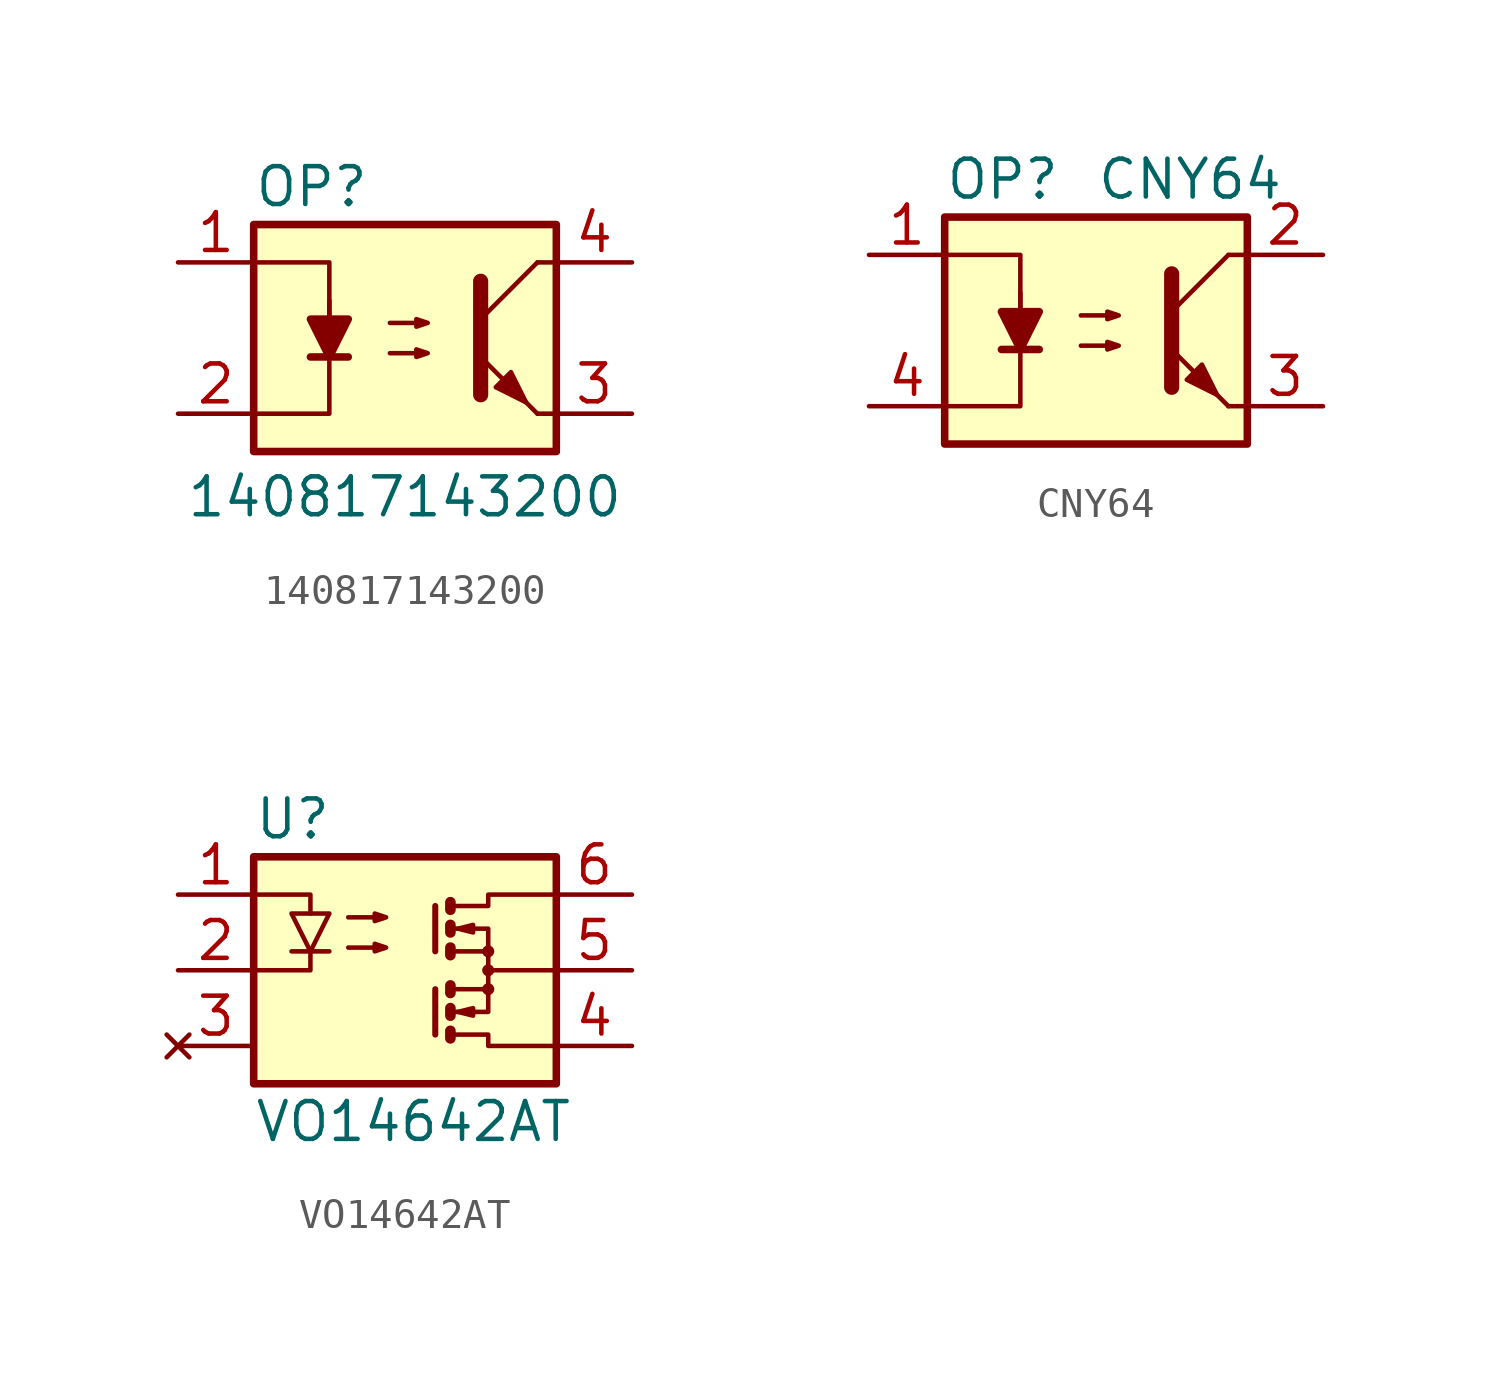
<source format=kicad_sym>
(kicad_symbol_lib
  (version 20231120)
  (generator "kicad_symbol_editor")
  (generator_version "8.0")
  (symbol "140817143200"
    (pin_names
      (offset 1.016))
    (property "Reference" "OP"
      (at -5.08 5.08 0)
      (effects (font (size 1.27 1.27)) (justify left)))
    (property "Value" "140817143200"
      (at -7.366 -5.334 0)
      (effects (font (size 1.27 1.27)) (justify left)))
    (symbol "140817143200_0_1"
      (rectangle (start -5.08 3.81) (end 5.08 -3.81) (stroke (width 0.254) (type default)) (fill (type background)))
      (polyline (pts (xy -3.175 -0.635) (xy -1.905 -0.635)) (stroke (width 0.254) (type default)) (fill (type none)))
      (polyline (pts (xy 2.54 0.635) (xy 4.445 2.54)) (stroke (width 0) (type default)) (fill (type none)))
      (polyline (pts (xy 4.445 -2.54) (xy 2.54 -0.635)) (stroke (width 0) (type default)) (fill (type outline)))
      (polyline (pts (xy 4.445 -2.54) (xy 5.08 -2.54)) (stroke (width 0) (type default)) (fill (type none)))
      (polyline (pts (xy 4.445 2.54) (xy 5.08 2.54)) (stroke (width 0) (type default)) (fill (type none)))
      (polyline (pts (xy -5.08 2.54) (xy -2.54 2.54) (xy -2.54 0.635)) (stroke (width 0) (type default)) (fill (type none)))
      (polyline (pts (xy 2.54 1.905) (xy 2.54 -1.905) (xy 2.54 -1.905)) (stroke (width 0.508) (type default)) (fill (type none)))
      (polyline (pts (xy -2.54 -0.635) (xy -2.54 1.27) (xy -2.54 -2.54) (xy -5.08 -2.54)) (stroke (width 0) (type default)) (fill (type none)))
      (polyline (pts (xy -0.508 -0.508) (xy 0.762 -0.508) (xy 0.381 -0.635) (xy 0.381 -0.381) (xy 0.762 -0.508)) (stroke (width 0) (type default)) (fill (type none)))
      (polyline (pts (xy -0.508 0.508) (xy 0.762 0.508) (xy 0.381 0.381) (xy 0.381 0.635) (xy 0.762 0.508)) (stroke (width 0) (type default)) (fill (type none)))
      (polyline (pts (xy 3.048 -1.651) (xy 3.556 -1.143) (xy 4.064 -2.159) (xy 3.048 -1.651) (xy 3.048 -1.651)) (stroke (width 0) (type default)) (fill (type outline))))
    (symbol "140817143200_1_1"
      (polyline (pts (xy -2.54 -0.635) (xy -3.175 0.635) (xy -1.905 0.635) (xy -2.54 -0.635)) (stroke (width 0.254) (type default)) (fill (type outline)))
      (pin passive line (at -7.62 2.54 0) (length 2.54) (name "~" (effects (font (size 1.27 1.27)))) (number "1" (effects (font (size 1.27 1.27)))))
      (pin passive line (at -7.62 -2.54 0) (length 2.54) (name "~" (effects (font (size 1.27 1.27)))) (number "2" (effects (font (size 1.27 1.27)))))
      (pin passive line (at 7.62 -2.54 180) (length 2.54) (name "~" (effects (font (size 1.27 1.27)))) (number "3" (effects (font (size 1.27 1.27)))))
      (pin passive line (at 7.62 2.54 180) (length 2.54) (name "~" (effects (font (size 1.27 1.27)))) (number "4" (effects (font (size 1.27 1.27)))))))
  (symbol "CNY64"
    (pin_names
      (offset 1.016))
    (property "Reference" "OP"
      (at -5.08 5.08 0)
      (effects (font (size 1.27 1.27)) (justify left)))
    (property "Value" "CNY64"
      (at 0 5.08 0)
      (effects (font (size 1.27 1.27)) (justify left)))
    (symbol "CNY64_0_1"
      (rectangle (start -5.08 3.81) (end 5.08 -3.81) (stroke (width 0.254) (type default)) (fill (type background)))
      (polyline (pts (xy -3.175 -0.635) (xy -1.905 -0.635)) (stroke (width 0.254) (type default)) (fill (type none)))
      (polyline (pts (xy 2.54 0.635) (xy 4.445 2.54)) (stroke (width 0) (type default)) (fill (type none)))
      (polyline (pts (xy 4.445 -2.54) (xy 2.54 -0.635)) (stroke (width 0) (type default)) (fill (type outline)))
      (polyline (pts (xy 4.445 -2.54) (xy 5.08 -2.54)) (stroke (width 0) (type default)) (fill (type none)))
      (polyline (pts (xy 4.445 2.54) (xy 5.08 2.54)) (stroke (width 0) (type default)) (fill (type none)))
      (polyline (pts (xy -5.08 2.54) (xy -2.54 2.54) (xy -2.54 0.635)) (stroke (width 0) (type default)) (fill (type none)))
      (polyline (pts (xy 2.54 1.905) (xy 2.54 -1.905) (xy 2.54 -1.905)) (stroke (width 0.508) (type default)) (fill (type none)))
      (polyline (pts (xy -2.54 -0.635) (xy -2.54 1.27) (xy -2.54 -2.54) (xy -5.08 -2.54)) (stroke (width 0) (type default)) (fill (type none)))
      (polyline (pts (xy -0.508 -0.508) (xy 0.762 -0.508) (xy 0.381 -0.635) (xy 0.381 -0.381) (xy 0.762 -0.508)) (stroke (width 0) (type default)) (fill (type none)))
      (polyline (pts (xy -0.508 0.508) (xy 0.762 0.508) (xy 0.381 0.381) (xy 0.381 0.635) (xy 0.762 0.508)) (stroke (width 0) (type default)) (fill (type none)))
      (polyline (pts (xy 3.048 -1.651) (xy 3.556 -1.143) (xy 4.064 -2.159) (xy 3.048 -1.651) (xy 3.048 -1.651)) (stroke (width 0) (type default)) (fill (type outline))))
    (symbol "CNY64_1_1"
      (polyline (pts (xy -2.54 -0.635) (xy -3.175 0.635) (xy -1.905 0.635) (xy -2.54 -0.635)) (stroke (width 0.254) (type default)) (fill (type outline)))
      (pin passive line (at -7.62 2.54 0) (length 2.54) (name "~" (effects (font (size 1.27 1.27)))) (number "1" (effects (font (size 1.27 1.27)))))
      (pin passive line (at 7.62 2.54 180) (length 2.54) (name "~" (effects (font (size 1.27 1.27)))) (number "2" (effects (font (size 1.27 1.27)))))
      (pin passive line (at 7.62 -2.54 180) (length 2.54) (name "~" (effects (font (size 1.27 1.27)))) (number "3" (effects (font (size 1.27 1.27)))))
      (pin passive line (at -7.62 -2.54 0) (length 2.54) (name "~" (effects (font (size 1.27 1.27)))) (number "4" (effects (font (size 1.27 1.27)))))))
  (symbol "VO14642AT"
    (property "Reference" "U"
      (at -5.08 5.08 0)
      (effects (font (size 1.27 1.27)) (justify left)))
    (property "Value" "VO14642AT"
      (at -5.08 -5.08 0)
      (effects (font (size 1.27 1.27)) (justify left)))
    (symbol "VO14642AT_0_1"
      (rectangle (start -5.08 3.81) (end 5.08 -3.81) (stroke (width 0.254) (type default)) (fill (type background)))
      (polyline (pts (xy -3.81 0.635) (xy -2.54 0.635)) (stroke (width 0) (type default)) (fill (type none)))
      (polyline (pts (xy 1.016 -0.635) (xy 1.016 -2.159)) (stroke (width 0.203) (type default)) (fill (type none)))
      (polyline (pts (xy 1.016 2.159) (xy 1.016 0.635)) (stroke (width 0.203) (type default)) (fill (type none)))
      (polyline (pts (xy 1.524 -0.508) (xy 1.524 -0.762)) (stroke (width 0.356) (type default)) (fill (type none)))
      (polyline (pts (xy 2.794 0) (xy 5.08 0)) (stroke (width 0) (type default)) (fill (type none)))
      (polyline (pts (xy -5.08 2.54) (xy -3.175 2.54) (xy -3.175 1.905)) (stroke (width 0) (type default)) (fill (type none)))
      (polyline (pts (xy -3.175 0.635) (xy -3.175 0) (xy -5.08 0)) (stroke (width 0) (type default)) (fill (type none)))
      (polyline (pts (xy 1.524 -2.032) (xy 1.524 -2.286) (xy 1.524 -2.286)) (stroke (width 0.356) (type default)) (fill (type none)))
      (polyline (pts (xy 1.524 -1.27) (xy 1.524 -1.524) (xy 1.524 -1.524)) (stroke (width 0.356) (type default)) (fill (type none)))
      (polyline (pts (xy 1.524 0.762) (xy 1.524 0.508) (xy 1.524 0.508)) (stroke (width 0.356) (type default)) (fill (type none)))
      (polyline (pts (xy 1.524 1.524) (xy 1.524 1.27) (xy 1.524 1.27)) (stroke (width 0.356) (type default)) (fill (type none)))
      (polyline (pts (xy 1.524 2.286) (xy 1.524 2.032) (xy 1.524 2.032)) (stroke (width 0.356) (type default)) (fill (type none)))
      (polyline (pts (xy 1.651 -1.397) (xy 2.794 -1.397) (xy 2.794 -0.635)) (stroke (width 0) (type default)) (fill (type none)))
      (polyline (pts (xy 1.651 1.397) (xy 2.794 1.397) (xy 2.794 0.635)) (stroke (width 0) (type default)) (fill (type none)))
      (polyline (pts (xy -3.175 0.635) (xy -3.81 1.905) (xy -2.54 1.905) (xy -3.175 0.635)) (stroke (width 0) (type default)) (fill (type none)))
      (polyline (pts (xy 1.651 -2.159) (xy 2.794 -2.159) (xy 2.794 -2.54) (xy 5.08 -2.54)) (stroke (width 0) (type default)) (fill (type none)))
      (polyline (pts (xy 1.651 -0.635) (xy 2.794 -0.635) (xy 2.794 0.635) (xy 1.651 0.635)) (stroke (width 0) (type default)) (fill (type none)))
      (polyline (pts (xy 1.651 2.159) (xy 2.794 2.159) (xy 2.794 2.54) (xy 5.08 2.54)) (stroke (width 0) (type default)) (fill (type none)))
      (polyline (pts (xy 1.778 -1.397) (xy 2.286 -1.27) (xy 2.286 -1.524) (xy 1.778 -1.397)) (stroke (width 0) (type default)) (fill (type none)))
      (polyline (pts (xy 1.778 1.397) (xy 2.286 1.524) (xy 2.286 1.27) (xy 1.778 1.397)) (stroke (width 0) (type default)) (fill (type none)))
      (polyline (pts (xy -1.905 0.762) (xy -0.635 0.762) (xy -1.016 0.635) (xy -1.016 0.889) (xy -0.635 0.762)) (stroke (width 0) (type default)) (fill (type none)))
      (polyline (pts (xy -1.905 1.778) (xy -0.635 1.778) (xy -1.016 1.651) (xy -1.016 1.905) (xy -0.635 1.778)) (stroke (width 0) (type default)) (fill (type none)))
      (circle (center 2.794 -0.635) (radius 0.127) (stroke (width 0) (type default)) (fill (type none)))
      (circle (center 2.794 0) (radius 0.127) (stroke (width 0) (type default)) (fill (type none)))
      (circle (center 2.794 0.635) (radius 0.127) (stroke (width 0) (type default)) (fill (type none))))
    (symbol "VO14642AT_1_1"
      (pin passive line (at -7.62 2.54 0) (length 2.54) (name "~" (effects (font (size 1.27 1.27)))) (number "1" (effects (font (size 1.27 1.27)))))
      (pin passive line (at -7.62 0 0) (length 2.54) (name "~" (effects (font (size 1.27 1.27)))) (number "2" (effects (font (size 1.27 1.27)))))
      (pin no_connect line (at -7.62 -2.54 0) (length 2.54) (name "~" (effects (font (size 1.27 1.27)))) (number "3" (effects (font (size 1.27 1.27)))))
      (pin passive line (at 7.62 -2.54 180) (length 2.54) (name "~" (effects (font (size 1.27 1.27)))) (number "4" (effects (font (size 1.27 1.27)))))
      (pin passive line (at 7.62 0 180) (length 2.54) (name "~" (effects (font (size 1.27 1.27)))) (number "5" (effects (font (size 1.27 1.27)))))
      (pin passive line (at 7.62 2.54 180) (length 2.54) (name "~" (effects (font (size 1.27 1.27)))) (number "6" (effects (font (size 1.27 1.27))))))))
</source>
